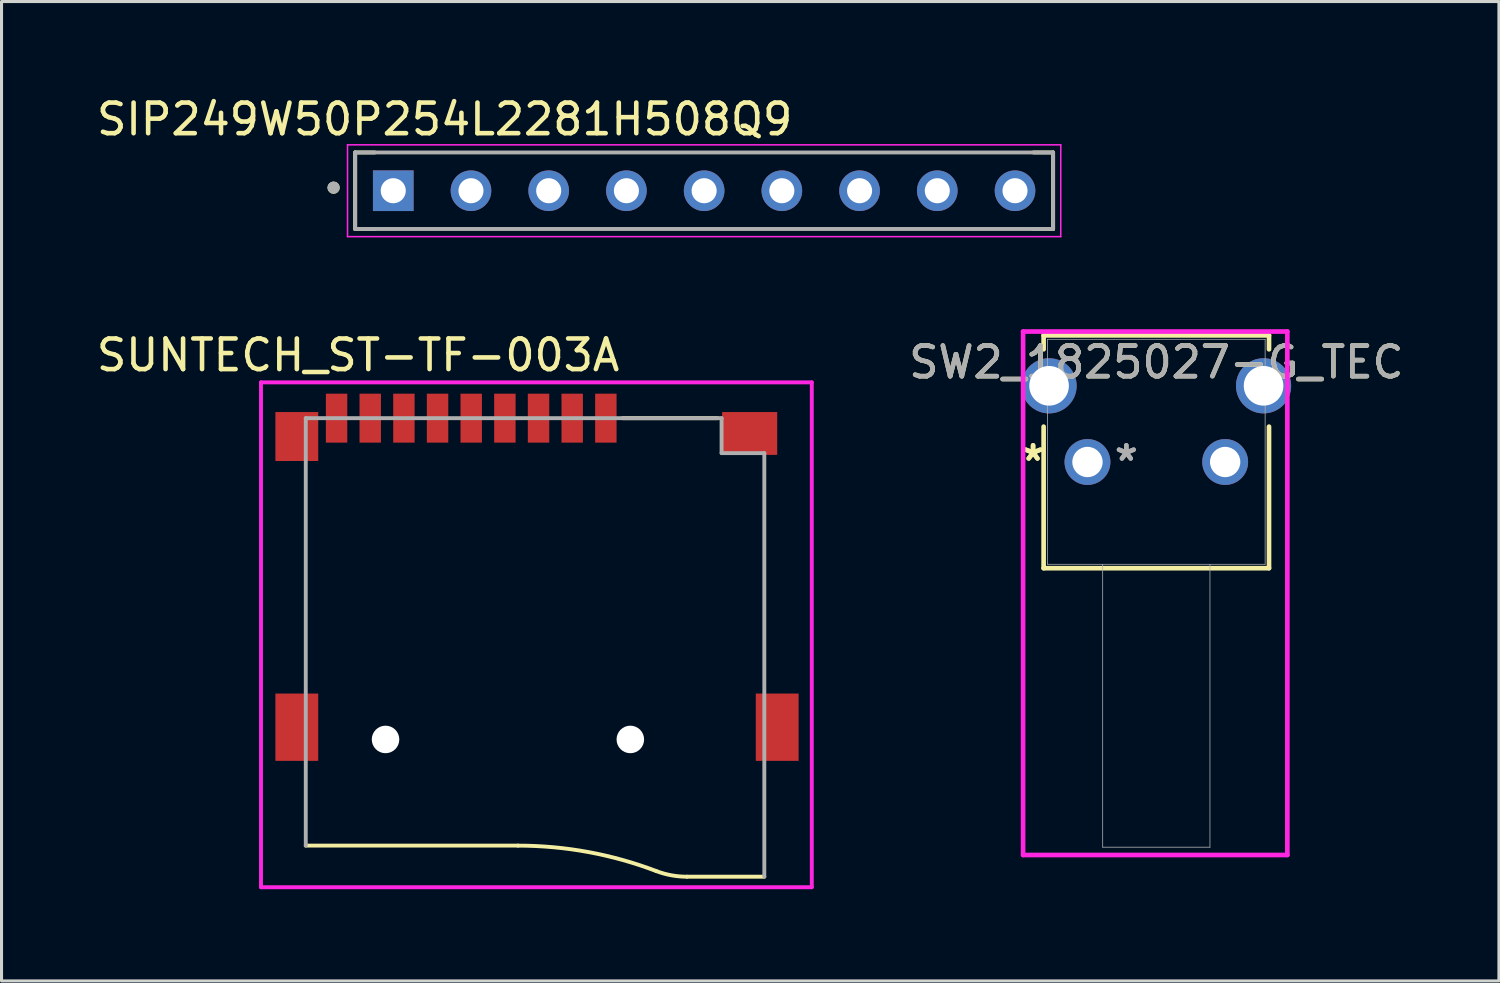
<source format=kicad_pcb>
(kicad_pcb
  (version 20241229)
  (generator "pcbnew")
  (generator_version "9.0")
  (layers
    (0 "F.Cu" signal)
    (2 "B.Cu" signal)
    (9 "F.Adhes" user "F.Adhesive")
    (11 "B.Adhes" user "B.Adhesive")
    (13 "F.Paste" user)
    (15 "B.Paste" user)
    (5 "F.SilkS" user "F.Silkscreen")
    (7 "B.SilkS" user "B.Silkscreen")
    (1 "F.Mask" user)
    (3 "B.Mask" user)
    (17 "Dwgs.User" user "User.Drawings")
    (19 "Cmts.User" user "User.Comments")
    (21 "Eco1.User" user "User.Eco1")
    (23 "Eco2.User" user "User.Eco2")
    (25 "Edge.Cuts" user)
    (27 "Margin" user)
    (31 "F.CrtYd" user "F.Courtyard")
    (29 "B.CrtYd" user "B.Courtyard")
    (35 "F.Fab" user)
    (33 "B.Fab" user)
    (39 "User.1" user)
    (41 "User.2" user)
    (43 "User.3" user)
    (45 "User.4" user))
  (footprint "SUNTECH_ST-TF-003A"
    (layer "F.Cu")
    (at 13.23 15.946)
    (property "Reference" "SUNTECH_ST-TF-003A" (at -4.577 -7.389 0) (layer "F.SilkS") (effects (font (size 1.001 1.001) (thickness 0.15))))
    (attr smd)
    (fp_line (start 0.647 8.64) (end -6.287 8.64) (stroke (width 0.127) (type solid)) (layer "F.SilkS"))
    (fp_line (start 7.17 -5.33) (end 4.07 -5.33) (stroke (width 0.127) (type solid)) (layer "F.SilkS"))
    (fp_line (start 8.699 9.656) (end 6.168 9.656) (stroke (width 0.127) (type solid)) (layer "F.SilkS"))
    (fp_arc (start 0.6469 8.64) (mid 2.945408 8.849734) (end 5.168 9.472) (stroke (width 0.127) (type solid)) (layer "F.SilkS"))
    (fp_arc (start 6.1679 9.656) (mid 5.659555 9.609621) (end 5.168 9.472) (stroke (width 0.127) (type solid)) (layer "F.SilkS"))
    (fp_line (start -7.75 -6.5) (end 10.25 -6.5) (stroke (width 0.127) (type solid)) (layer "F.CrtYd"))
    (fp_line (start -7.75 10) (end -7.75 -6.5) (stroke (width 0.127) (type solid)) (layer "F.CrtYd"))
    (fp_line (start 10.25 -6.5) (end 10.25 10) (stroke (width 0.127) (type solid)) (layer "F.CrtYd"))
    (fp_line (start 10.25 10) (end -7.75 10) (stroke (width 0.127) (type solid)) (layer "F.CrtYd"))
    (fp_line (start -6.287 -5.33) (end 7.302 -5.33) (stroke (width 0.127) (type solid)) (layer "F.Fab"))
    (fp_line (start -6.287 8.64) (end -6.287 -5.33) (stroke (width 0.127) (type solid)) (layer "F.Fab"))
    (fp_line (start 7.302 -5.33) (end 7.302 -4.187) (stroke (width 0.127) (type solid)) (layer "F.Fab"))
    (fp_line (start 7.302 -4.187) (end 8.699 -4.187) (stroke (width 0.127) (type solid)) (layer "F.Fab"))
    (fp_line (start 8.699 -4.187) (end 8.699 9.656) (stroke (width 0.127) (type solid)) (layer "F.Fab"))
    (pad "" np_thru_hole circle (at -3.68 5.17) (size 0.9 0.9) (drill 0.9) (layers "*.Cu" "*.Mask"))
    (pad "" np_thru_hole circle (at 4.32 5.17) (size 0.9 0.9) (drill 0.9) (layers "*.Cu" "*.Mask"))
    (pad "1" smd rect (at 3.52 -5.33) (size 0.7 1.6) (layers "F.Cu" "F.Mask" "F.Paste"))
    (pad "2" smd rect (at 2.42 -5.33) (size 0.7 1.6) (layers "F.Cu" "F.Mask" "F.Paste"))
    (pad "3" smd rect (at 1.32 -5.33) (size 0.7 1.6) (layers "F.Cu" "F.Mask" "F.Paste"))
    (pad "4" smd rect (at 0.22 -5.33) (size 0.7 1.6) (layers "F.Cu" "F.Mask" "F.Paste"))
    (pad "5" smd rect (at -0.88 -5.33) (size 0.7 1.6) (layers "F.Cu" "F.Mask" "F.Paste"))
    (pad "6" smd rect (at -1.98 -5.33) (size 0.7 1.6) (layers "F.Cu" "F.Mask" "F.Paste"))
    (pad "7" smd rect (at -3.08 -5.33) (size 0.7 1.6) (layers "F.Cu" "F.Mask" "F.Paste"))
    (pad "8" smd rect (at -4.18 -5.33) (size 0.7 1.6) (layers "F.Cu" "F.Mask" "F.Paste"))
    (pad "9" smd rect (at -5.28 -5.33) (size 0.7 1.6) (layers "F.Cu" "F.Mask" "F.Paste"))
    (pad "G1" smd rect (at -6.58 -4.73) (size 1.4 1.6) (layers "F.Cu" "F.Mask" "F.Paste"))
    (pad "G2" smd rect (at -6.58 4.77) (size 1.4 2.2) (layers "F.Cu" "F.Mask" "F.Paste"))
    (pad "G3" smd rect (at 9.12 4.77) (size 1.4 2.2) (layers "F.Cu" "F.Mask" "F.Paste"))
    (pad "G4" smd rect (at 8.22 -4.83) (size 1.8 1.4) (layers "F.Cu" "F.Mask" "F.Paste"))
    (zone (net_name "") (layer "F.Cu") (hatch full 0.508) (connect_pads) (min_thickness 0.01) (filled_areas_thickness no) (keepout (tracks not_allowed) (vias not_allowed) (pads not_allowed) (copperpour not_allowed) (footprints allowed)) (placement (enabled no)) (fill) (polygon (pts (xy 17.402 15.017) (xy 17.402 17.019) (xy 8.397 17.019) (xy 8.397 15.017)))))
  (footprint "SIP249W50P254L2281H508Q9"
    (layer "F.Cu")
    (at 19.962 3.183)
    (property "Reference" "SIP249W50P254L2281H508Q9" (at -8.48 -2.335 0) (layer "F.SilkS") (effects (font (size 1 1) (thickness 0.15))))
    (attr through_hole)
    (fp_line (start -11.405 -1.25) (end -10.765 -1.25) (stroke (width 0.127) (type solid)) (layer "F.SilkS"))
    (fp_line (start -11.405 1.25) (end -11.405 -1.25) (stroke (width 0.127) (type solid)) (layer "F.SilkS"))
    (fp_line (start -11.405 1.25) (end -10.765 1.25) (stroke (width 0.127) (type solid)) (layer "F.SilkS"))
    (fp_line (start 11.405 -1.25) (end 10.765 -1.25) (stroke (width 0.127) (type solid)) (layer "F.SilkS"))
    (fp_line (start 11.405 -1.25) (end 11.405 1.25) (stroke (width 0.127) (type solid)) (layer "F.SilkS"))
    (fp_line (start 11.405 1.25) (end 10.765 1.25) (stroke (width 0.127) (type solid)) (layer "F.SilkS"))
    (fp_circle (center -12.11 -0.1) (end -12.01 -0.1) (stroke (width 0.2) (type solid)) (fill no) (layer "F.SilkS"))
    (fp_line (start -11.655 -1.5) (end -11.655 1.5) (stroke (width 0.05) (type solid)) (layer "F.CrtYd"))
    (fp_line (start -11.655 1.5) (end 11.655 1.5) (stroke (width 0.05) (type solid)) (layer "F.CrtYd"))
    (fp_line (start 11.655 -1.5) (end -11.655 -1.5) (stroke (width 0.05) (type solid)) (layer "F.CrtYd"))
    (fp_line (start 11.655 1.5) (end 11.655 -1.5) (stroke (width 0.05) (type solid)) (layer "F.CrtYd"))
    (fp_line (start -11.405 -1.25) (end 11.405 -1.25) (stroke (width 0.127) (type solid)) (layer "F.Fab"))
    (fp_line (start -11.405 1.25) (end -11.405 -1.25) (stroke (width 0.127) (type solid)) (layer "F.Fab"))
    (fp_line (start 11.405 -1.25) (end 11.405 1.25) (stroke (width 0.127) (type solid)) (layer "F.Fab"))
    (fp_line (start 11.405 1.25) (end -11.405 1.25) (stroke (width 0.127) (type solid)) (layer "F.Fab"))
    (fp_circle (center -12.11 -0.1) (end -12.01 -0.1) (stroke (width 0.2) (type solid)) (fill no) (layer "F.Fab"))
    (pad "1" thru_hole rect (at -10.16 0) (size 1.328 1.328) (drill 0.82) (layers "*.Cu" "*.Mask"))
    (pad "2" thru_hole circle (at -7.62 0) (size 1.328 1.328) (drill 0.82) (layers "*.Cu" "*.Mask"))
    (pad "3" thru_hole circle (at -5.08 0) (size 1.328 1.328) (drill 0.82) (layers "*.Cu" "*.Mask"))
    (pad "4" thru_hole circle (at -2.54 0) (size 1.328 1.328) (drill 0.82) (layers "*.Cu" "*.Mask"))
    (pad "5" thru_hole circle (at 0 0) (size 1.328 1.328) (drill 0.82) (layers "*.Cu" "*.Mask"))
    (pad "6" thru_hole circle (at 2.54 0) (size 1.328 1.328) (drill 0.82) (layers "*.Cu" "*.Mask"))
    (pad "7" thru_hole circle (at 5.08 0) (size 1.328 1.328) (drill 0.82) (layers "*.Cu" "*.Mask"))
    (pad "8" thru_hole circle (at 7.62 0) (size 1.328 1.328) (drill 0.82) (layers "*.Cu" "*.Mask"))
    (pad "9" thru_hole circle (at 10.16 0) (size 1.328 1.328) (drill 0.82) (layers "*.Cu" "*.Mask")))
  (footprint "SW2_1825027-G_TEC"
    (layer "F.Cu")
    (at 32.49 12.049)
    (property "Reference" "SW2_1825027-G_TEC" (at 2.25 -3.261 0) (unlocked yes) (layer "F.SilkS") (effects (font (size 1 1) (thickness 0.15))))
    (attr through_hole)
    (fp_line (start -1.433 -4.137) (end -1.433 -3.683) (stroke (width 0.152) (type solid)) (layer "F.SilkS"))
    (fp_line (start -1.433 -1.156) (end -1.433 3.47) (stroke (width 0.152) (type solid)) (layer "F.SilkS"))
    (fp_line (start -1.433 3.47) (end 5.933 3.47) (stroke (width 0.152) (type solid)) (layer "F.SilkS"))
    (fp_line (start 5.933 -4.137) (end -1.433 -4.137) (stroke (width 0.152) (type solid)) (layer "F.SilkS"))
    (fp_line (start 5.933 -3.683) (end 5.933 -4.137) (stroke (width 0.152) (type solid)) (layer "F.SilkS"))
    (fp_line (start 5.933 3.47) (end 5.933 -1.156) (stroke (width 0.152) (type solid)) (layer "F.SilkS"))
    (fp_line (start -2.104 -4.264) (end -2.104 12.843) (stroke (width 0.152) (type solid)) (layer "F.CrtYd"))
    (fp_line (start -2.104 12.843) (end 6.532 12.843) (stroke (width 0.152) (type solid)) (layer "F.CrtYd"))
    (fp_line (start 6.532 -4.264) (end -2.104 -4.264) (stroke (width 0.152) (type solid)) (layer "F.CrtYd"))
    (fp_line (start 6.532 12.843) (end 6.532 -4.264) (stroke (width 0.152) (type solid)) (layer "F.CrtYd"))
    (fp_line (start -1.306 -4.01) (end -1.306 3.343) (stroke (width 0.025) (type solid)) (layer "F.Fab"))
    (fp_line (start -1.306 3.343) (end 5.806 3.343) (stroke (width 0.025) (type solid)) (layer "F.Fab"))
    (fp_line (start 0.497 3.343) (end 0.497 12.589) (stroke (width 0.025) (type solid)) (layer "F.Fab"))
    (fp_line (start 0.497 12.589) (end 4.003 12.589) (stroke (width 0.025) (type solid)) (layer "F.Fab"))
    (fp_line (start 4.003 3.343) (end 4.003 12.589) (stroke (width 0.025) (type solid)) (layer "F.Fab"))
    (fp_line (start 5.806 -4.01) (end -1.306 -4.01) (stroke (width 0.025) (type solid)) (layer "F.Fab"))
    (fp_line (start 5.806 3.343) (end 5.806 -4.01) (stroke (width 0.025) (type solid)) (layer "F.Fab"))
    (fp_text user "*" (at -1.778 0 0) (layer "F.SilkS") (effects (font (size 1 1) (thickness 0.15))))
    (fp_text user "*" (at -1.778 0 0) (unlocked yes) (layer "F.SilkS") (effects (font (size 1 1) (thickness 0.15))))
    (fp_text user "*" (at 1.27 0 0) (layer "F.Fab") (effects (font (size 1 1) (thickness 0.15))))
    (fp_text user "${REFERENCE}" (at 2.25 -3.261 0) (unlocked yes) (layer "F.Fab") (effects (font (size 1 1) (thickness 0.15))))
    (fp_text user "*" (at 1.27 0 0) (unlocked yes) (layer "F.Fab") (effects (font (size 1 1) (thickness 0.15))))
    (pad "1" thru_hole circle (at 0 0) (size 1.499 1.499) (drill 0.991) (layers "*.Cu" "*.Mask"))
    (pad "2" thru_hole circle (at 4.5 0) (size 1.499 1.499) (drill 0.991) (layers "*.Cu" "*.Mask"))
    (pad "3" thru_hole circle (at -1.255 -2.49) (size 1.803 1.803) (drill 1.295) (layers "*.Cu" "*.Mask"))
    (pad "4" thru_hole circle (at 5.755 -2.49) (size 1.803 1.803) (drill 1.295) (layers "*.Cu" "*.Mask")))
  (gr_rect
    (start -3 -3)
    (end 45.937 29.009)
    (stroke (width 0.1) (type default))
    (fill no)
    (layer "Edge.Cuts")))
</source>
